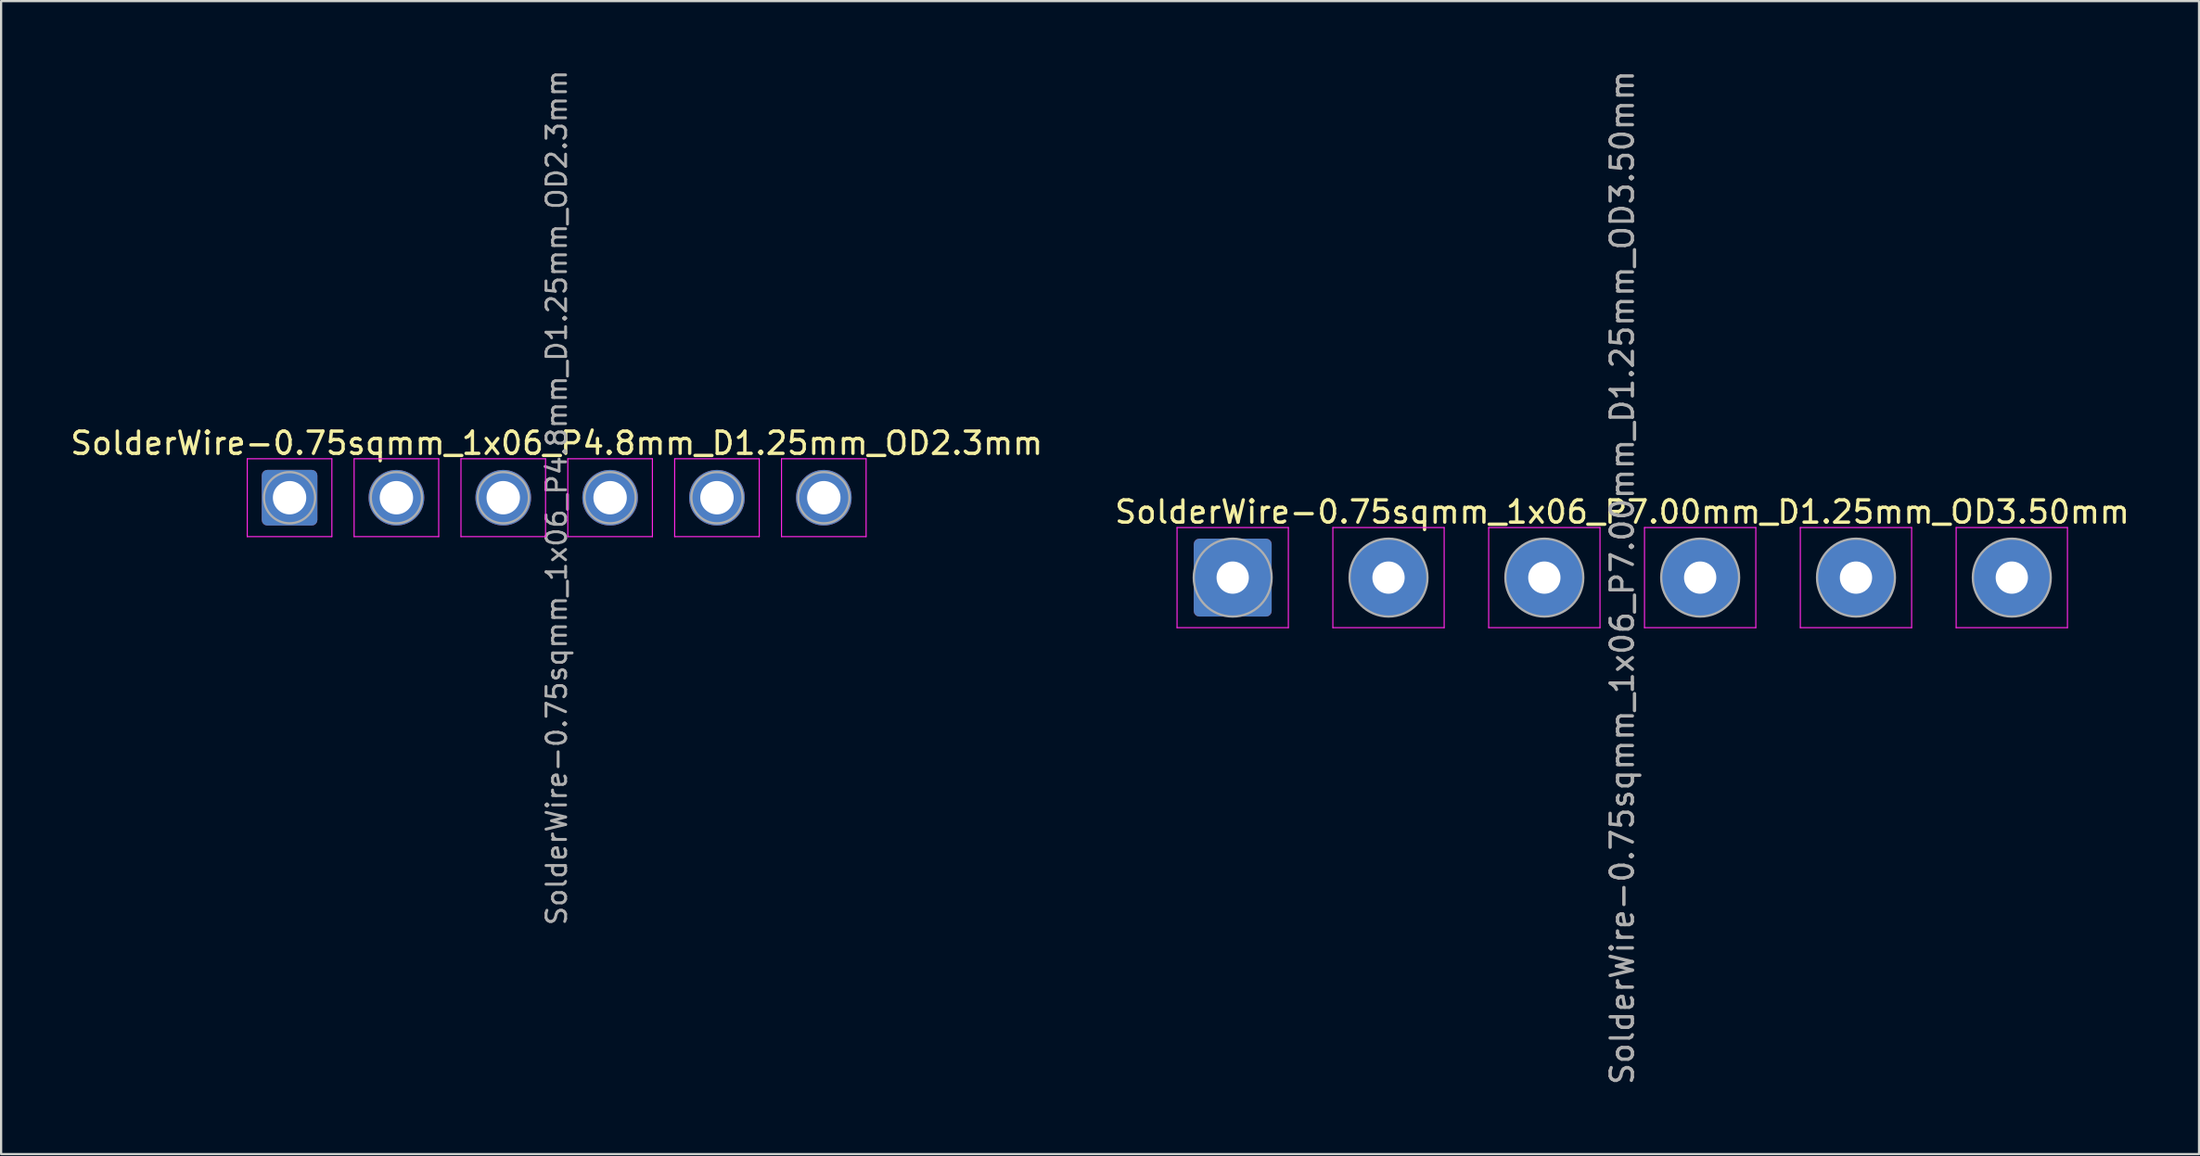
<source format=kicad_pcb>
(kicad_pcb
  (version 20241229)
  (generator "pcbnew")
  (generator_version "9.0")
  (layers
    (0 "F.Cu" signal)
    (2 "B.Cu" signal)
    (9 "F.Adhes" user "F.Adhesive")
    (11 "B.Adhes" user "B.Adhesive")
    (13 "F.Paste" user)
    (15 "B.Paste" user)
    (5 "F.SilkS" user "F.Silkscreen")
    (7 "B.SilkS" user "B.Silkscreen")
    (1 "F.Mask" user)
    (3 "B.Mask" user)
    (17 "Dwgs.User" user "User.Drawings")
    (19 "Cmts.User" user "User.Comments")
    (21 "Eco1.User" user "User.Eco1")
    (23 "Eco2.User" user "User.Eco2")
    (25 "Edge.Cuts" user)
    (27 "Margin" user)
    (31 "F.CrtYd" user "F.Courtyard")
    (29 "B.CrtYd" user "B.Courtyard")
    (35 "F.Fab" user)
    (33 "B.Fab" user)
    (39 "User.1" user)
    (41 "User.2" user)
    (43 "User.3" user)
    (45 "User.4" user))
  (footprint "SolderWire-0.75sqmm_1x06_P4.8mm_D1.25mm_OD2.3mm"
    (layer "F.Cu")
    (at 9.958 19.32)
    (property "Reference" "SolderWire-0.75sqmm_1x06_P4.8mm_D1.25mm_OD2.3mm" (at 12 -2.45 0) (layer "F.SilkS") (effects (font (size 1 1) (thickness 0.15))))
    (attr exclude_from_pos_files exclude_from_bom)
    (fp_line (start -1.9 -1.75) (end -1.9 1.75) (stroke (width 0.05) (type solid)) (layer "F.CrtYd"))
    (fp_line (start -1.9 1.75) (end 1.9 1.75) (stroke (width 0.05) (type solid)) (layer "F.CrtYd"))
    (fp_line (start 1.9 -1.75) (end -1.9 -1.75) (stroke (width 0.05) (type solid)) (layer "F.CrtYd"))
    (fp_line (start 1.9 1.75) (end 1.9 -1.75) (stroke (width 0.05) (type solid)) (layer "F.CrtYd"))
    (fp_line (start 2.9 -1.75) (end 2.9 1.75) (stroke (width 0.05) (type solid)) (layer "F.CrtYd"))
    (fp_line (start 2.9 1.75) (end 6.7 1.75) (stroke (width 0.05) (type solid)) (layer "F.CrtYd"))
    (fp_line (start 6.7 -1.75) (end 2.9 -1.75) (stroke (width 0.05) (type solid)) (layer "F.CrtYd"))
    (fp_line (start 6.7 1.75) (end 6.7 -1.75) (stroke (width 0.05) (type solid)) (layer "F.CrtYd"))
    (fp_line (start 7.7 -1.75) (end 7.7 1.75) (stroke (width 0.05) (type solid)) (layer "F.CrtYd"))
    (fp_line (start 7.7 1.75) (end 11.5 1.75) (stroke (width 0.05) (type solid)) (layer "F.CrtYd"))
    (fp_line (start 11.5 -1.75) (end 7.7 -1.75) (stroke (width 0.05) (type solid)) (layer "F.CrtYd"))
    (fp_line (start 11.5 1.75) (end 11.5 -1.75) (stroke (width 0.05) (type solid)) (layer "F.CrtYd"))
    (fp_line (start 12.5 -1.75) (end 12.5 1.75) (stroke (width 0.05) (type solid)) (layer "F.CrtYd"))
    (fp_line (start 12.5 1.75) (end 16.3 1.75) (stroke (width 0.05) (type solid)) (layer "F.CrtYd"))
    (fp_line (start 16.3 -1.75) (end 12.5 -1.75) (stroke (width 0.05) (type solid)) (layer "F.CrtYd"))
    (fp_line (start 16.3 1.75) (end 16.3 -1.75) (stroke (width 0.05) (type solid)) (layer "F.CrtYd"))
    (fp_line (start 17.3 -1.75) (end 17.3 1.75) (stroke (width 0.05) (type solid)) (layer "F.CrtYd"))
    (fp_line (start 17.3 1.75) (end 21.1 1.75) (stroke (width 0.05) (type solid)) (layer "F.CrtYd"))
    (fp_line (start 21.1 -1.75) (end 17.3 -1.75) (stroke (width 0.05) (type solid)) (layer "F.CrtYd"))
    (fp_line (start 21.1 1.75) (end 21.1 -1.75) (stroke (width 0.05) (type solid)) (layer "F.CrtYd"))
    (fp_line (start 22.1 -1.75) (end 22.1 1.75) (stroke (width 0.05) (type solid)) (layer "F.CrtYd"))
    (fp_line (start 22.1 1.75) (end 25.9 1.75) (stroke (width 0.05) (type solid)) (layer "F.CrtYd"))
    (fp_line (start 25.9 -1.75) (end 22.1 -1.75) (stroke (width 0.05) (type solid)) (layer "F.CrtYd"))
    (fp_line (start 25.9 1.75) (end 25.9 -1.75) (stroke (width 0.05) (type solid)) (layer "F.CrtYd"))
    (fp_circle (center 0 0) (end 1.15 0) (stroke (width 0.1) (type solid)) (fill no) (layer "F.Fab"))
    (fp_circle (center 4.8 0) (end 5.95 0) (stroke (width 0.1) (type solid)) (fill no) (layer "F.Fab"))
    (fp_circle (center 9.6 0) (end 10.75 0) (stroke (width 0.1) (type solid)) (fill no) (layer "F.Fab"))
    (fp_circle (center 14.4 0) (end 15.55 0) (stroke (width 0.1) (type solid)) (fill no) (layer "F.Fab"))
    (fp_circle (center 19.2 0) (end 20.35 0) (stroke (width 0.1) (type solid)) (fill no) (layer "F.Fab"))
    (fp_circle (center 24 0) (end 25.15 0) (stroke (width 0.1) (type solid)) (fill no) (layer "F.Fab"))
    (fp_text user "${REFERENCE}" (at 12 0 90) (layer "F.Fab") (effects (font (size 0.88 0.88) (thickness 0.13))))
    (pad "1" thru_hole roundrect (at 0 0) (size 2.5 2.5) (drill 1.5) (layers "*.Cu" "*.Mask") (roundrect_rratio 0.1))
    (pad "2" thru_hole circle (at 4.8 0) (size 2.5 2.5) (drill 1.5) (layers "*.Cu" "*.Mask"))
    (pad "3" thru_hole circle (at 9.6 0) (size 2.5 2.5) (drill 1.5) (layers "*.Cu" "*.Mask"))
    (pad "4" thru_hole circle (at 14.4 0) (size 2.5 2.5) (drill 1.5) (layers "*.Cu" "*.Mask"))
    (pad "5" thru_hole circle (at 19.2 0) (size 2.5 2.5) (drill 1.5) (layers "*.Cu" "*.Mask"))
    (pad "6" thru_hole circle (at 24 0) (size 2.5 2.5) (drill 1.5) (layers "*.Cu" "*.Mask")))
  (footprint "SolderWire-0.75sqmm_1x06_P7.00mm_D1.25mm_OD3.50mm"
    (layer "F.Cu")
    (at 52.327 22.911)
    (property "Reference" "SolderWire-0.75sqmm_1x06_P7.00mm_D1.25mm_OD3.50mm" (at 17.5 -2.95 0) (layer "F.SilkS") (effects (font (size 1 1) (thickness 0.15))))
    (attr exclude_from_pos_files exclude_from_bom)
    (fp_line (start -2.5 -2.25) (end -2.5 2.25) (stroke (width 0.05) (type solid)) (layer "F.CrtYd"))
    (fp_line (start -2.5 2.25) (end 2.5 2.25) (stroke (width 0.05) (type solid)) (layer "F.CrtYd"))
    (fp_line (start 2.5 -2.25) (end -2.5 -2.25) (stroke (width 0.05) (type solid)) (layer "F.CrtYd"))
    (fp_line (start 2.5 2.25) (end 2.5 -2.25) (stroke (width 0.05) (type solid)) (layer "F.CrtYd"))
    (fp_line (start 4.5 -2.25) (end 4.5 2.25) (stroke (width 0.05) (type solid)) (layer "F.CrtYd"))
    (fp_line (start 4.5 2.25) (end 9.5 2.25) (stroke (width 0.05) (type solid)) (layer "F.CrtYd"))
    (fp_line (start 9.5 -2.25) (end 4.5 -2.25) (stroke (width 0.05) (type solid)) (layer "F.CrtYd"))
    (fp_line (start 9.5 2.25) (end 9.5 -2.25) (stroke (width 0.05) (type solid)) (layer "F.CrtYd"))
    (fp_line (start 11.5 -2.25) (end 11.5 2.25) (stroke (width 0.05) (type solid)) (layer "F.CrtYd"))
    (fp_line (start 11.5 2.25) (end 16.5 2.25) (stroke (width 0.05) (type solid)) (layer "F.CrtYd"))
    (fp_line (start 16.5 -2.25) (end 11.5 -2.25) (stroke (width 0.05) (type solid)) (layer "F.CrtYd"))
    (fp_line (start 16.5 2.25) (end 16.5 -2.25) (stroke (width 0.05) (type solid)) (layer "F.CrtYd"))
    (fp_line (start 18.5 -2.25) (end 18.5 2.25) (stroke (width 0.05) (type solid)) (layer "F.CrtYd"))
    (fp_line (start 18.5 2.25) (end 23.5 2.25) (stroke (width 0.05) (type solid)) (layer "F.CrtYd"))
    (fp_line (start 23.5 -2.25) (end 18.5 -2.25) (stroke (width 0.05) (type solid)) (layer "F.CrtYd"))
    (fp_line (start 23.5 2.25) (end 23.5 -2.25) (stroke (width 0.05) (type solid)) (layer "F.CrtYd"))
    (fp_line (start 25.5 -2.25) (end 25.5 2.25) (stroke (width 0.05) (type solid)) (layer "F.CrtYd"))
    (fp_line (start 25.5 2.25) (end 30.5 2.25) (stroke (width 0.05) (type solid)) (layer "F.CrtYd"))
    (fp_line (start 30.5 -2.25) (end 25.5 -2.25) (stroke (width 0.05) (type solid)) (layer "F.CrtYd"))
    (fp_line (start 30.5 2.25) (end 30.5 -2.25) (stroke (width 0.05) (type solid)) (layer "F.CrtYd"))
    (fp_line (start 32.5 -2.25) (end 32.5 2.25) (stroke (width 0.05) (type solid)) (layer "F.CrtYd"))
    (fp_line (start 32.5 2.25) (end 37.5 2.25) (stroke (width 0.05) (type solid)) (layer "F.CrtYd"))
    (fp_line (start 37.5 -2.25) (end 32.5 -2.25) (stroke (width 0.05) (type solid)) (layer "F.CrtYd"))
    (fp_line (start 37.5 2.25) (end 37.5 -2.25) (stroke (width 0.05) (type solid)) (layer "F.CrtYd"))
    (fp_circle (center 0 0) (end 1.75 0) (stroke (width 0.1) (type solid)) (fill no) (layer "F.Fab"))
    (fp_circle (center 7 0) (end 8.75 0) (stroke (width 0.1) (type solid)) (fill no) (layer "F.Fab"))
    (fp_circle (center 14 0) (end 15.75 0) (stroke (width 0.1) (type solid)) (fill no) (layer "F.Fab"))
    (fp_circle (center 21 0) (end 22.75 0) (stroke (width 0.1) (type solid)) (fill no) (layer "F.Fab"))
    (fp_circle (center 28 0) (end 29.75 0) (stroke (width 0.1) (type solid)) (fill no) (layer "F.Fab"))
    (fp_circle (center 35 0) (end 36.75 0) (stroke (width 0.1) (type solid)) (fill no) (layer "F.Fab"))
    (fp_text user "${REFERENCE}" (at 17.5 0 90) (layer "F.Fab") (effects (font (size 1 1) (thickness 0.15))))
    (pad "1" thru_hole roundrect (at 0 0) (size 3.5 3.5) (drill 1.45) (layers "*.Cu" "*.Mask") (roundrect_rratio 0.071))
    (pad "2" thru_hole circle (at 7 0) (size 3.5 3.5) (drill 1.45) (layers "*.Cu" "*.Mask"))
    (pad "3" thru_hole circle (at 14 0) (size 3.5 3.5) (drill 1.45) (layers "*.Cu" "*.Mask"))
    (pad "4" thru_hole circle (at 21 0) (size 3.5 3.5) (drill 1.45) (layers "*.Cu" "*.Mask"))
    (pad "5" thru_hole circle (at 28 0) (size 3.5 3.5) (drill 1.45) (layers "*.Cu" "*.Mask"))
    (pad "6" thru_hole circle (at 35 0) (size 3.5 3.5) (drill 1.45) (layers "*.Cu" "*.Mask")))
  (gr_rect
    (start -3 -3)
    (end 95.738 48.821)
    (stroke (width 0.1) (type default))
    (fill no)
    (layer "Edge.Cuts")))
</source>
